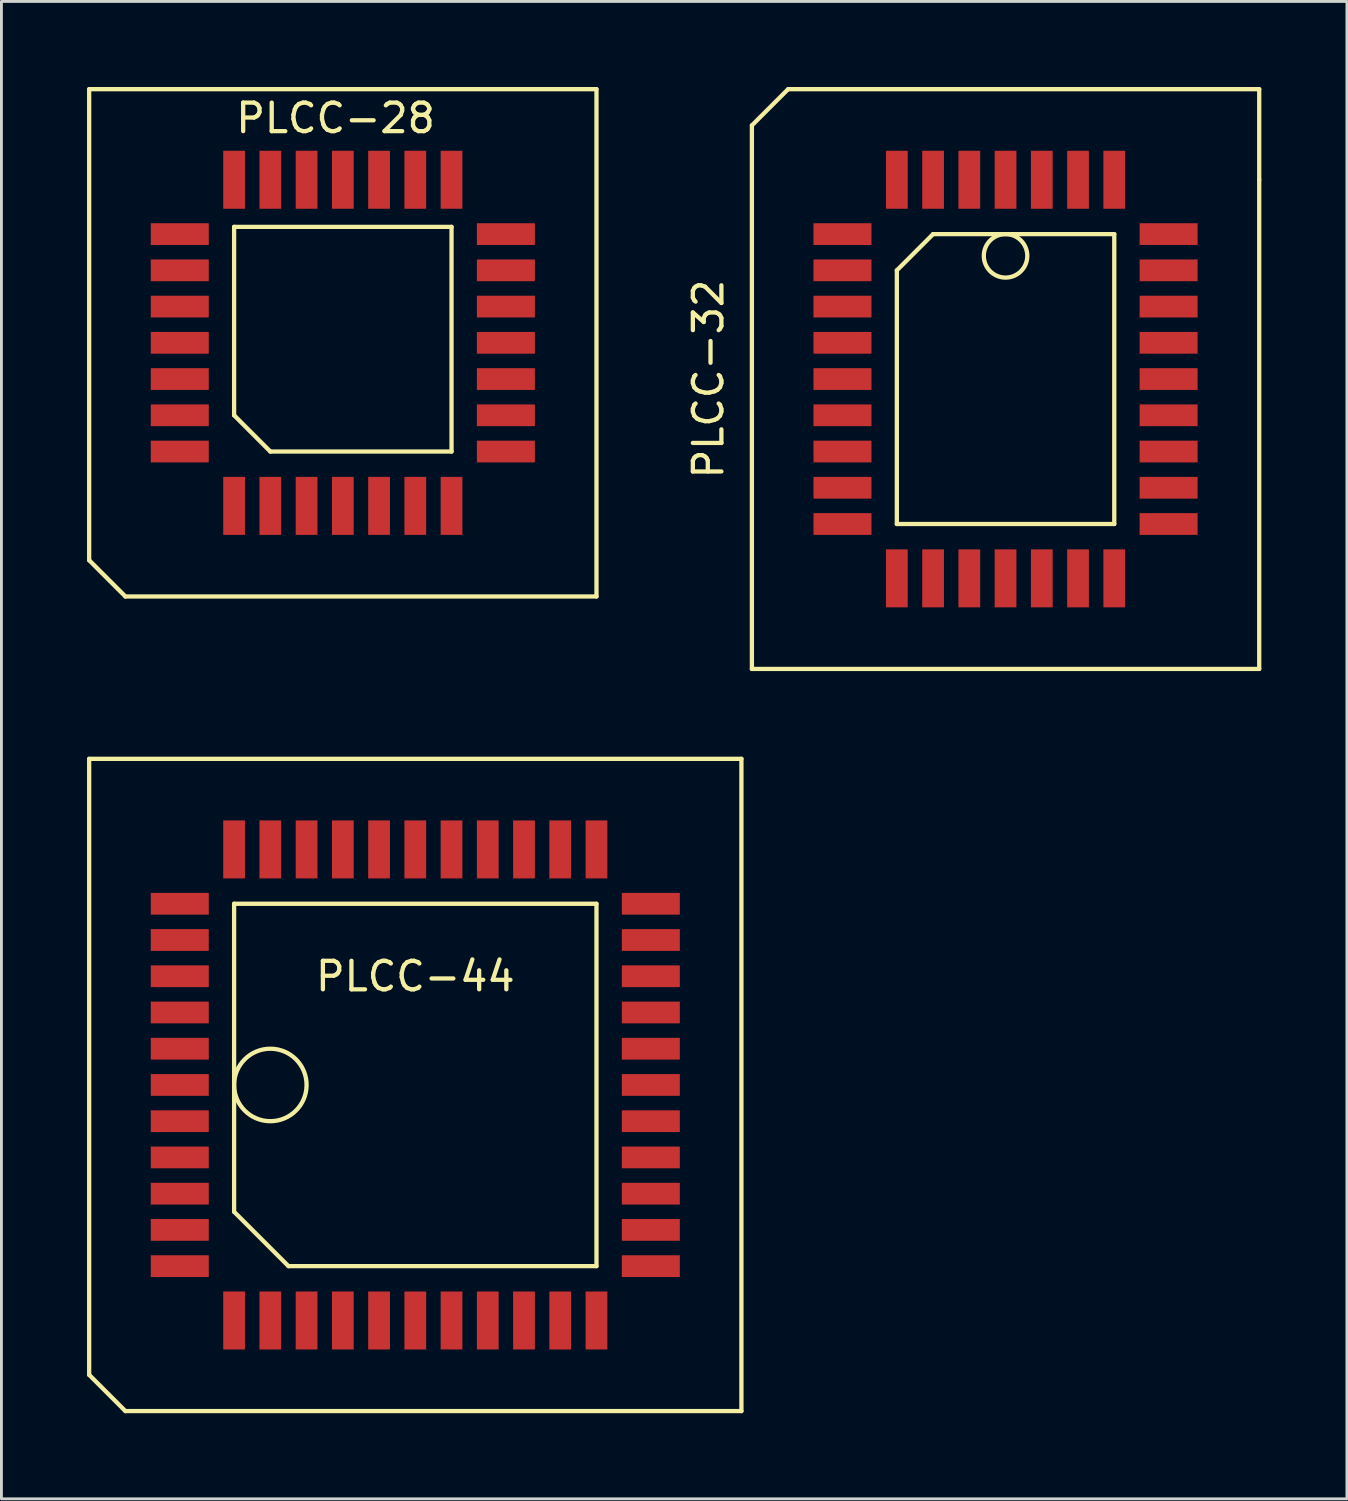
<source format=kicad_pcb>
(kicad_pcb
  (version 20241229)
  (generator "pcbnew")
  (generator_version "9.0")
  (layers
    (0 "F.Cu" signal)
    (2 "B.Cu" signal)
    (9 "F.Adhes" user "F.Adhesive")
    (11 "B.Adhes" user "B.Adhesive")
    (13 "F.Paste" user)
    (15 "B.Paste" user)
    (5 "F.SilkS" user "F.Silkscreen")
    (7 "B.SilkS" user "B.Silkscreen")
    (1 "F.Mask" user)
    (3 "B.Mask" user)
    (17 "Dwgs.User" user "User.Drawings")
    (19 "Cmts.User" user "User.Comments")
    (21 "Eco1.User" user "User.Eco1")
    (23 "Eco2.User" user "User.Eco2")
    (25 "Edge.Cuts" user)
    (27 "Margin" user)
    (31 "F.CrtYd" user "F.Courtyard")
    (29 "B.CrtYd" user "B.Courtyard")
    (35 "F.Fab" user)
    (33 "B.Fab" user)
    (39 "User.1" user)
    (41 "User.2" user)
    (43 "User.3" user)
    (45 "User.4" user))
  (footprint "PLCC-44"
    (layer "F.Cu")
    (at 11.505 34.975)
    (property "Reference" "PLCC-44" (at 0 -3.807 0) (layer "F.SilkS") (effects (font (size 1 1) (thickness 0.15))))
    (attr smd)
    (fp_line (start -11.43 -11.43) (end -11.43 10.16) (stroke (width 0.15) (type solid)) (layer "F.SilkS"))
    (fp_line (start -11.43 10.16) (end -10.16 11.43) (stroke (width 0.15) (type solid)) (layer "F.SilkS"))
    (fp_line (start -10.16 11.43) (end 11.43 11.43) (stroke (width 0.15) (type solid)) (layer "F.SilkS"))
    (fp_line (start -6.35 -6.35) (end 6.35 -6.35) (stroke (width 0.15) (type solid)) (layer "F.SilkS"))
    (fp_line (start -6.35 4.445) (end -6.35 -6.35) (stroke (width 0.15) (type solid)) (layer "F.SilkS"))
    (fp_line (start -4.445 6.35) (end -6.35 4.445) (stroke (width 0.15) (type solid)) (layer "F.SilkS"))
    (fp_line (start -4.445 6.35) (end 6.35 6.35) (stroke (width 0.15) (type solid)) (layer "F.SilkS"))
    (fp_line (start 6.35 -6.35) (end 6.35 6.35) (stroke (width 0.15) (type solid)) (layer "F.SilkS"))
    (fp_line (start 11.43 -11.43) (end -11.43 -11.43) (stroke (width 0.15) (type solid)) (layer "F.SilkS"))
    (fp_line (start 11.43 11.43) (end 11.43 -11.43) (stroke (width 0.15) (type solid)) (layer "F.SilkS"))
    (fp_circle (center -5.08 0) (end -6.35 0) (stroke (width 0.15) (type solid)) (fill no) (layer "F.SilkS"))
    (pad "1" smd rect (at -8.255 0) (size 2.032 0.762) (layers "F.Cu" "F.Mask" "F.Paste"))
    (pad "2" smd rect (at -8.255 1.27) (size 2.032 0.762) (layers "F.Cu" "F.Mask" "F.Paste"))
    (pad "3" smd rect (at -8.255 2.54) (size 2.032 0.762) (layers "F.Cu" "F.Mask" "F.Paste"))
    (pad "4" smd rect (at -8.255 3.81) (size 2.032 0.762) (layers "F.Cu" "F.Mask" "F.Paste"))
    (pad "5" smd rect (at -8.255 5.08) (size 2.032 0.762) (layers "F.Cu" "F.Mask" "F.Paste"))
    (pad "6" smd rect (at -8.255 6.35) (size 2.032 0.762) (layers "F.Cu" "F.Mask" "F.Paste"))
    (pad "7" smd rect (at -6.35 8.255) (size 0.762 2.032) (layers "F.Cu" "F.Mask" "F.Paste"))
    (pad "8" smd rect (at -5.08 8.255) (size 0.762 2.032) (layers "F.Cu" "F.Mask" "F.Paste"))
    (pad "9" smd rect (at -3.81 8.255) (size 0.762 2.032) (layers "F.Cu" "F.Mask" "F.Paste"))
    (pad "10" smd rect (at -2.54 8.255) (size 0.762 2.032) (layers "F.Cu" "F.Mask" "F.Paste"))
    (pad "11" smd rect (at -1.27 8.255) (size 0.762 2.032) (layers "F.Cu" "F.Mask" "F.Paste"))
    (pad "12" smd rect (at 0 8.255) (size 0.762 2.032) (layers "F.Cu" "F.Mask" "F.Paste"))
    (pad "13" smd rect (at 1.27 8.255) (size 0.762 2.032) (layers "F.Cu" "F.Mask" "F.Paste"))
    (pad "14" smd rect (at 2.54 8.255) (size 0.762 2.032) (layers "F.Cu" "F.Mask" "F.Paste"))
    (pad "15" smd rect (at 3.81 8.255) (size 0.762 2.032) (layers "F.Cu" "F.Mask" "F.Paste"))
    (pad "16" smd rect (at 5.08 8.255) (size 0.762 2.032) (layers "F.Cu" "F.Mask" "F.Paste"))
    (pad "17" smd rect (at 6.35 8.255) (size 0.762 2.032) (layers "F.Cu" "F.Mask" "F.Paste"))
    (pad "18" smd rect (at 8.255 6.35) (size 2.032 0.762) (layers "F.Cu" "F.Mask" "F.Paste"))
    (pad "19" smd rect (at 8.255 5.08) (size 2.032 0.762) (layers "F.Cu" "F.Mask" "F.Paste"))
    (pad "20" smd rect (at 8.255 3.81) (size 2.032 0.762) (layers "F.Cu" "F.Mask" "F.Paste"))
    (pad "21" smd rect (at 8.255 2.54) (size 2.032 0.762) (layers "F.Cu" "F.Mask" "F.Paste"))
    (pad "22" smd rect (at 8.255 1.27) (size 2.032 0.762) (layers "F.Cu" "F.Mask" "F.Paste"))
    (pad "23" smd rect (at 8.255 0) (size 2.032 0.762) (layers "F.Cu" "F.Mask" "F.Paste"))
    (pad "24" smd rect (at 8.255 -1.27) (size 2.032 0.762) (layers "F.Cu" "F.Mask" "F.Paste"))
    (pad "25" smd rect (at 8.255 -2.54) (size 2.032 0.762) (layers "F.Cu" "F.Mask" "F.Paste"))
    (pad "26" smd rect (at 8.255 -3.81) (size 2.032 0.762) (layers "F.Cu" "F.Mask" "F.Paste"))
    (pad "27" smd rect (at 8.255 -5.08) (size 2.032 0.762) (layers "F.Cu" "F.Mask" "F.Paste"))
    (pad "28" smd rect (at 8.255 -6.35) (size 2.032 0.762) (layers "F.Cu" "F.Mask" "F.Paste"))
    (pad "29" smd rect (at 6.35 -8.255) (size 0.762 2.032) (layers "F.Cu" "F.Mask" "F.Paste"))
    (pad "30" smd rect (at 5.08 -8.255) (size 0.762 2.032) (layers "F.Cu" "F.Mask" "F.Paste"))
    (pad "31" smd rect (at 3.81 -8.255) (size 0.762 2.032) (layers "F.Cu" "F.Mask" "F.Paste"))
    (pad "32" smd rect (at 2.54 -8.255) (size 0.762 2.032) (layers "F.Cu" "F.Mask" "F.Paste"))
    (pad "33" smd rect (at 1.27 -8.255) (size 0.762 2.032) (layers "F.Cu" "F.Mask" "F.Paste"))
    (pad "34" smd rect (at 0 -8.255) (size 0.762 2.032) (layers "F.Cu" "F.Mask" "F.Paste"))
    (pad "35" smd rect (at -1.27 -8.255) (size 0.762 2.032) (layers "F.Cu" "F.Mask" "F.Paste"))
    (pad "36" smd rect (at -2.54 -8.255) (size 0.762 2.032) (layers "F.Cu" "F.Mask" "F.Paste"))
    (pad "37" smd rect (at -3.81 -8.255) (size 0.762 2.032) (layers "F.Cu" "F.Mask" "F.Paste"))
    (pad "38" smd rect (at -5.08 -8.255) (size 0.762 2.032) (layers "F.Cu" "F.Mask" "F.Paste"))
    (pad "39" smd rect (at -6.35 -8.255) (size 0.762 2.032) (layers "F.Cu" "F.Mask" "F.Paste"))
    (pad "40" smd rect (at -8.255 -6.35) (size 2.032 0.762) (layers "F.Cu" "F.Mask" "F.Paste"))
    (pad "41" smd rect (at -8.255 -5.08) (size 2.032 0.762) (layers "F.Cu" "F.Mask" "F.Paste"))
    (pad "42" smd rect (at -8.255 -3.81) (size 2.032 0.762) (layers "F.Cu" "F.Mask" "F.Paste"))
    (pad "43" smd rect (at -8.255 -2.54) (size 2.032 0.762) (layers "F.Cu" "F.Mask" "F.Paste"))
    (pad "44" smd rect (at -8.255 -1.27) (size 2.032 0.762) (layers "F.Cu" "F.Mask" "F.Paste")))
  (footprint "PLCC-32"
    (layer "F.Cu")
    (at 32.192 10.235)
    (property "Reference" "PLCC-32" (at -10.414 0 90) (layer "F.SilkS") (effects (font (size 1 1) (thickness 0.15))))
    (attr smd)
    (fp_line (start -8.89 -8.89) (end -7.62 -10.16) (stroke (width 0.15) (type solid)) (layer "F.SilkS"))
    (fp_line (start -8.89 10.16) (end -8.89 -8.89) (stroke (width 0.15) (type solid)) (layer "F.SilkS"))
    (fp_line (start -7.62 -10.16) (end 8.89 -10.16) (stroke (width 0.15) (type solid)) (layer "F.SilkS"))
    (fp_line (start -3.81 -3.81) (end -3.81 5.08) (stroke (width 0.15) (type solid)) (layer "F.SilkS"))
    (fp_line (start -3.81 5.08) (end 3.81 5.08) (stroke (width 0.15) (type solid)) (layer "F.SilkS"))
    (fp_line (start -2.54 -5.08) (end -3.81 -3.81) (stroke (width 0.15) (type solid)) (layer "F.SilkS"))
    (fp_line (start 3.81 -5.08) (end -2.54 -5.08) (stroke (width 0.15) (type solid)) (layer "F.SilkS"))
    (fp_line (start 3.81 5.08) (end 3.81 -5.08) (stroke (width 0.15) (type solid)) (layer "F.SilkS"))
    (fp_line (start 8.89 -10.16) (end 8.89 -6.985) (stroke (width 0.15) (type solid)) (layer "F.SilkS"))
    (fp_line (start 8.89 -6.985) (end 8.89 10.16) (stroke (width 0.15) (type solid)) (layer "F.SilkS"))
    (fp_line (start 8.89 10.16) (end -8.89 10.16) (stroke (width 0.15) (type solid)) (layer "F.SilkS"))
    (fp_circle (center 0 -4.318) (end 0 -5.08) (stroke (width 0.15) (type solid)) (fill no) (layer "F.SilkS"))
    (pad "1" smd rect (at 0 -6.985) (size 0.762 2.032) (layers "F.Cu" "F.Mask" "F.Paste"))
    (pad "2" smd rect (at -1.27 -6.985) (size 0.762 2.032) (layers "F.Cu" "F.Mask" "F.Paste"))
    (pad "3" smd rect (at -2.54 -6.985) (size 0.762 2.032) (layers "F.Cu" "F.Mask" "F.Paste"))
    (pad "4" smd rect (at -3.81 -6.985) (size 0.762 2.032) (layers "F.Cu" "F.Mask" "F.Paste"))
    (pad "5" smd rect (at -5.715 -5.08) (size 2.032 0.762) (layers "F.Cu" "F.Mask" "F.Paste"))
    (pad "6" smd rect (at -5.715 -3.81) (size 2.032 0.762) (layers "F.Cu" "F.Mask" "F.Paste"))
    (pad "7" smd rect (at -5.715 -2.54) (size 2.032 0.762) (layers "F.Cu" "F.Mask" "F.Paste"))
    (pad "8" smd rect (at -5.715 -1.27) (size 2.032 0.762) (layers "F.Cu" "F.Mask" "F.Paste"))
    (pad "9" smd rect (at -5.715 0) (size 2.032 0.762) (layers "F.Cu" "F.Mask" "F.Paste"))
    (pad "10" smd rect (at -5.715 1.27) (size 2.032 0.762) (layers "F.Cu" "F.Mask" "F.Paste"))
    (pad "11" smd rect (at -5.715 2.54) (size 2.032 0.762) (layers "F.Cu" "F.Mask" "F.Paste"))
    (pad "12" smd rect (at -5.715 3.81) (size 2.032 0.762) (layers "F.Cu" "F.Mask" "F.Paste"))
    (pad "13" smd rect (at -5.715 5.08) (size 2.032 0.762) (layers "F.Cu" "F.Mask" "F.Paste"))
    (pad "14" smd rect (at -3.81 6.985) (size 0.762 2.032) (layers "F.Cu" "F.Mask" "F.Paste"))
    (pad "15" smd rect (at -2.54 6.985) (size 0.762 2.032) (layers "F.Cu" "F.Mask" "F.Paste"))
    (pad "16" smd rect (at -1.27 6.985) (size 0.762 2.032) (layers "F.Cu" "F.Mask" "F.Paste"))
    (pad "17" smd rect (at 0 6.985) (size 0.762 2.032) (layers "F.Cu" "F.Mask" "F.Paste"))
    (pad "18" smd rect (at 1.27 6.985) (size 0.762 2.032) (layers "F.Cu" "F.Mask" "F.Paste"))
    (pad "19" smd rect (at 2.54 6.985) (size 0.762 2.032) (layers "F.Cu" "F.Mask" "F.Paste"))
    (pad "20" smd rect (at 3.81 6.985) (size 0.762 2.032) (layers "F.Cu" "F.Mask" "F.Paste"))
    (pad "21" smd rect (at 5.715 5.08) (size 2.032 0.762) (layers "F.Cu" "F.Mask" "F.Paste"))
    (pad "22" smd rect (at 5.715 3.81) (size 2.032 0.762) (layers "F.Cu" "F.Mask" "F.Paste"))
    (pad "23" smd rect (at 5.715 2.54) (size 2.032 0.762) (layers "F.Cu" "F.Mask" "F.Paste"))
    (pad "24" smd rect (at 5.715 1.27) (size 2.032 0.762) (layers "F.Cu" "F.Mask" "F.Paste"))
    (pad "25" smd rect (at 5.715 0) (size 2.032 0.762) (layers "F.Cu" "F.Mask" "F.Paste"))
    (pad "26" smd rect (at 5.715 -1.27) (size 2.032 0.762) (layers "F.Cu" "F.Mask" "F.Paste"))
    (pad "27" smd rect (at 5.715 -2.54) (size 2.032 0.762) (layers "F.Cu" "F.Mask" "F.Paste"))
    (pad "28" smd rect (at 5.715 -3.81) (size 2.032 0.762) (layers "F.Cu" "F.Mask" "F.Paste"))
    (pad "29" smd rect (at 5.715 -5.08) (size 2.032 0.762) (layers "F.Cu" "F.Mask" "F.Paste"))
    (pad "30" smd rect (at 3.81 -6.985) (size 0.762 2.032) (layers "F.Cu" "F.Mask" "F.Paste"))
    (pad "31" smd rect (at 2.54 -6.985) (size 0.762 2.032) (layers "F.Cu" "F.Mask" "F.Paste"))
    (pad "32" smd rect (at 1.27 -6.985) (size 0.762 2.032) (layers "F.Cu" "F.Mask" "F.Paste")))
  (footprint "PLCC-28"
    (layer "F.Cu")
    (at 8.965 8.965)
    (property "Reference" "PLCC-28" (at -0.254 -7.874 0) (layer "F.SilkS") (effects (font (size 1 1) (thickness 0.15))))
    (attr smd)
    (fp_line (start -8.89 7.62) (end -8.89 -8.89) (stroke (width 0.15) (type solid)) (layer "F.SilkS"))
    (fp_line (start -8.89 7.62) (end -7.62 8.89) (stroke (width 0.15) (type solid)) (layer "F.SilkS"))
    (fp_line (start -7.62 8.89) (end 8.89 8.89) (stroke (width 0.15) (type solid)) (layer "F.SilkS"))
    (fp_line (start -3.81 -4.064) (end -3.81 2.54) (stroke (width 0.15) (type solid)) (layer "F.SilkS"))
    (fp_line (start -3.81 -4.064) (end 3.81 -4.064) (stroke (width 0.15) (type solid)) (layer "F.SilkS"))
    (fp_line (start -3.81 2.54) (end -2.54 3.81) (stroke (width 0.15) (type solid)) (layer "F.SilkS"))
    (fp_line (start 3.81 -4.064) (end 3.81 3.81) (stroke (width 0.15) (type solid)) (layer "F.SilkS"))
    (fp_line (start 3.81 3.81) (end -2.54 3.81) (stroke (width 0.15) (type solid)) (layer "F.SilkS"))
    (fp_line (start 8.89 -8.89) (end -8.89 -8.89) (stroke (width 0.15) (type solid)) (layer "F.SilkS"))
    (fp_line (start 8.89 8.89) (end 8.89 -8.89) (stroke (width 0.15) (type solid)) (layer "F.SilkS"))
    (pad "1" smd rect (at -5.715 0) (size 2.032 0.762) (layers "F.Cu" "F.Mask" "F.Paste"))
    (pad "2" smd rect (at -5.715 1.27) (size 2.032 0.762) (layers "F.Cu" "F.Mask" "F.Paste"))
    (pad "3" smd rect (at -5.715 2.54) (size 2.032 0.762) (layers "F.Cu" "F.Mask" "F.Paste"))
    (pad "4" smd rect (at -5.715 3.81) (size 2.032 0.762) (layers "F.Cu" "F.Mask" "F.Paste"))
    (pad "5" smd rect (at -3.81 5.715) (size 0.762 2.032) (layers "F.Cu" "F.Mask" "F.Paste"))
    (pad "6" smd rect (at -2.54 5.715) (size 0.762 2.032) (layers "F.Cu" "F.Mask" "F.Paste"))
    (pad "7" smd rect (at -1.27 5.715) (size 0.762 2.032) (layers "F.Cu" "F.Mask" "F.Paste"))
    (pad "8" smd rect (at 0 5.715) (size 0.762 2.032) (layers "F.Cu" "F.Mask" "F.Paste"))
    (pad "9" smd rect (at 1.27 5.715) (size 0.762 2.032) (layers "F.Cu" "F.Mask" "F.Paste"))
    (pad "10" smd rect (at 2.54 5.715) (size 0.762 2.032) (layers "F.Cu" "F.Mask" "F.Paste"))
    (pad "11" smd rect (at 3.81 5.715) (size 0.762 2.032) (layers "F.Cu" "F.Mask" "F.Paste"))
    (pad "12" smd rect (at 5.715 3.81) (size 2.032 0.762) (layers "F.Cu" "F.Mask" "F.Paste"))
    (pad "13" smd rect (at 5.715 2.54) (size 2.032 0.762) (layers "F.Cu" "F.Mask" "F.Paste"))
    (pad "14" smd rect (at 5.715 1.27) (size 2.032 0.762) (layers "F.Cu" "F.Mask" "F.Paste"))
    (pad "15" smd rect (at 5.715 0) (size 2.032 0.762) (layers "F.Cu" "F.Mask" "F.Paste"))
    (pad "16" smd rect (at 5.715 -1.27) (size 2.032 0.762) (layers "F.Cu" "F.Mask" "F.Paste"))
    (pad "17" smd rect (at 5.715 -2.54) (size 2.032 0.762) (layers "F.Cu" "F.Mask" "F.Paste"))
    (pad "18" smd rect (at 5.715 -3.81) (size 2.032 0.762) (layers "F.Cu" "F.Mask" "F.Paste"))
    (pad "19" smd rect (at 3.81 -5.715) (size 0.762 2.032) (layers "F.Cu" "F.Mask" "F.Paste"))
    (pad "20" smd rect (at 2.54 -5.715) (size 0.762 2.032) (layers "F.Cu" "F.Mask" "F.Paste"))
    (pad "21" smd rect (at 1.27 -5.715) (size 0.762 2.032) (layers "F.Cu" "F.Mask" "F.Paste"))
    (pad "22" smd rect (at 0 -5.715) (size 0.762 2.032) (layers "F.Cu" "F.Mask" "F.Paste"))
    (pad "23" smd rect (at -1.27 -5.715) (size 0.762 2.032) (layers "F.Cu" "F.Mask" "F.Paste"))
    (pad "24" smd rect (at -2.54 -5.715) (size 0.762 2.032) (layers "F.Cu" "F.Mask" "F.Paste"))
    (pad "25" smd rect (at -3.81 -5.715) (size 0.762 2.032) (layers "F.Cu" "F.Mask" "F.Paste"))
    (pad "26" smd rect (at -5.715 -3.81) (size 2.032 0.762) (layers "F.Cu" "F.Mask" "F.Paste"))
    (pad "27" smd rect (at -5.715 -2.54) (size 2.032 0.762) (layers "F.Cu" "F.Mask" "F.Paste"))
    (pad "28" smd rect (at -5.715 -1.27) (size 2.032 0.762) (layers "F.Cu" "F.Mask" "F.Paste")))
  (gr_rect
    (start -3 -3)
    (end 44.157 49.48)
    (stroke (width 0.1) (type default))
    (fill no)
    (layer "Edge.Cuts")))
</source>
